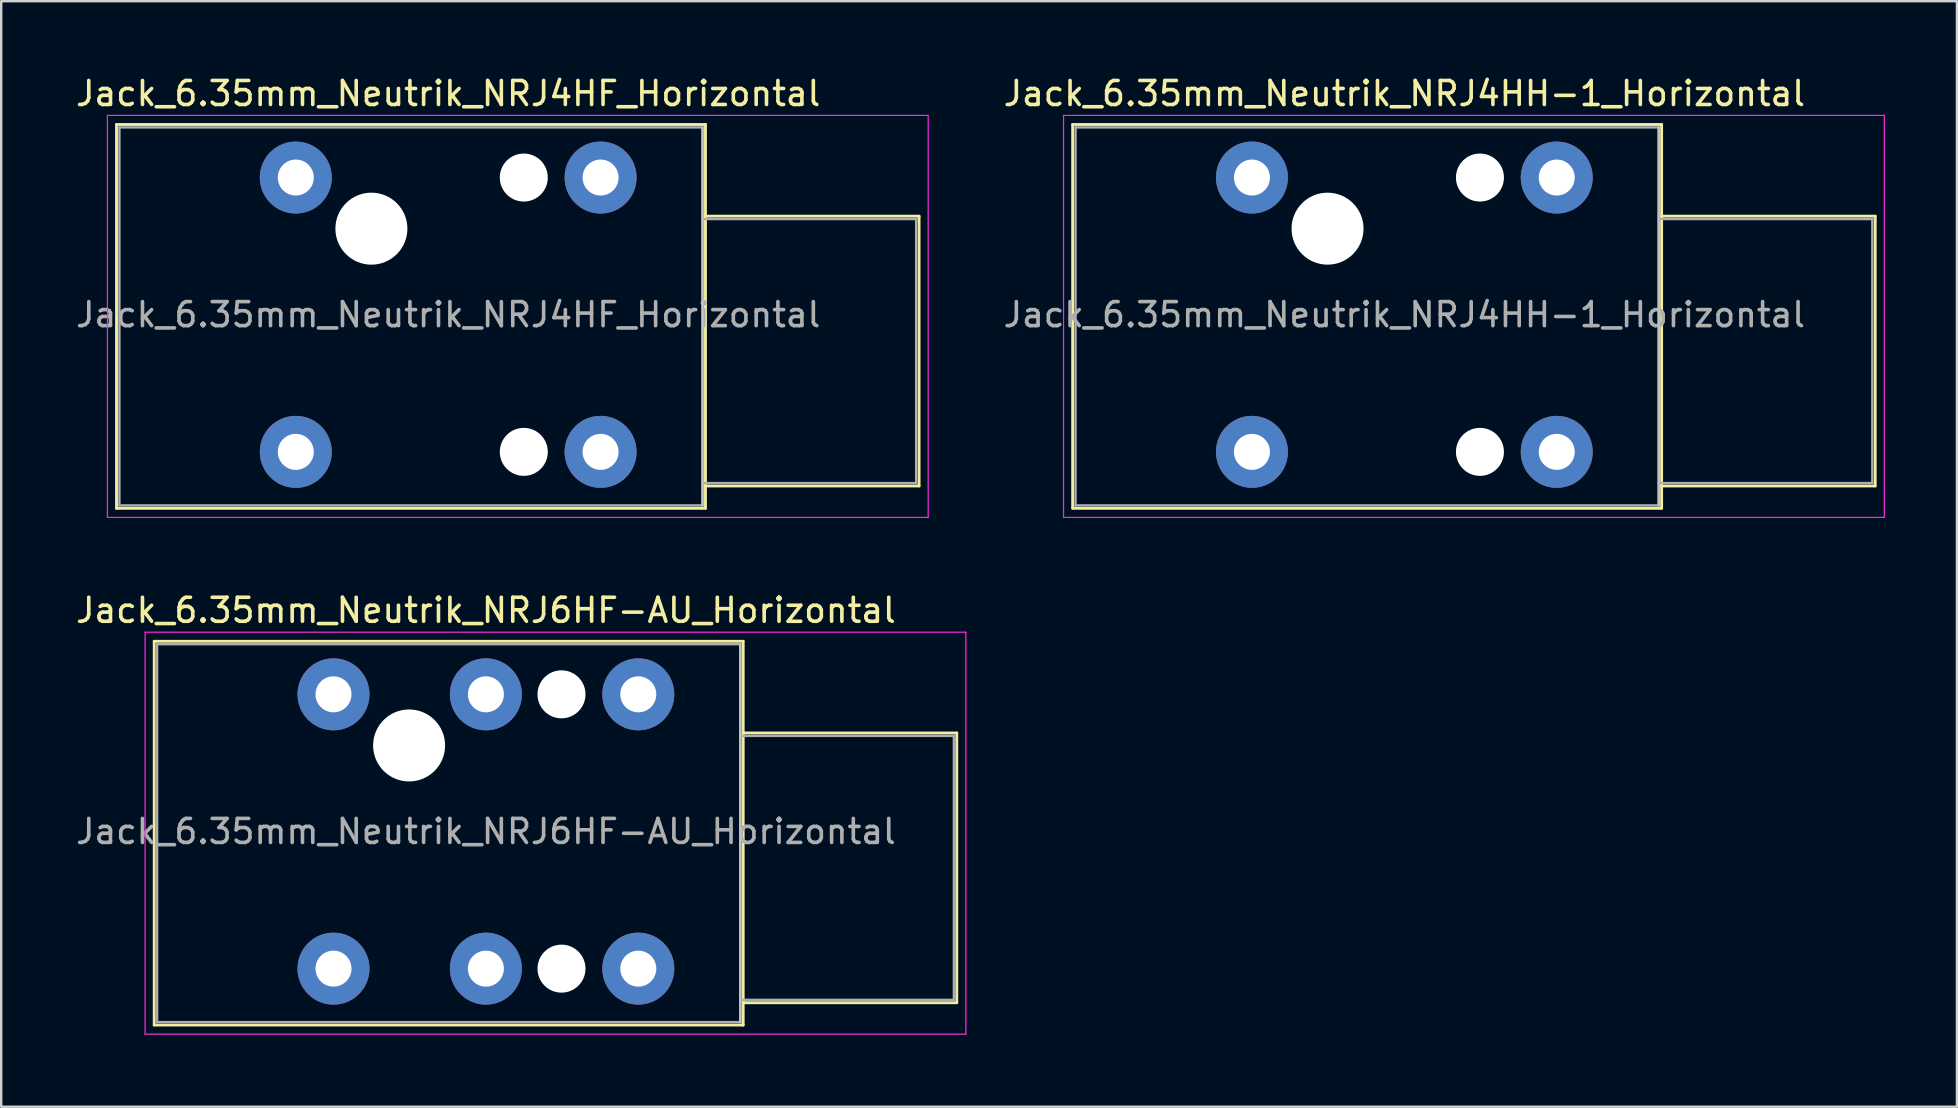
<source format=kicad_pcb>
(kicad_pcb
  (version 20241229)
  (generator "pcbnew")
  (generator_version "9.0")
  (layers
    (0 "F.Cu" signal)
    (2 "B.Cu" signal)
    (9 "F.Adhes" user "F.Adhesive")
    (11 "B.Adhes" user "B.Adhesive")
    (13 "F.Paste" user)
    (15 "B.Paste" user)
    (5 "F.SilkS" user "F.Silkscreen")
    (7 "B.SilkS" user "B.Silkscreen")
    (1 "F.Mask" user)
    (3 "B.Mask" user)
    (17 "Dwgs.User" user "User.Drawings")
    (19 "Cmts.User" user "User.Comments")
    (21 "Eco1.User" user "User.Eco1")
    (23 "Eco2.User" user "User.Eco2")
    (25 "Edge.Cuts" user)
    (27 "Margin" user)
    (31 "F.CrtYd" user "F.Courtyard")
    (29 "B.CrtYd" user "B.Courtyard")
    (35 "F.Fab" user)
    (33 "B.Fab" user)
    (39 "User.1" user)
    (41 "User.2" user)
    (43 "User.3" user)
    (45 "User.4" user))
  (footprint "Jack_6.35mm_Neutrik_NRJ4HF_Horizontal"
    (layer "F.Cu")
    (at 9.275 4.348)
    (property "Reference" "Jack_6.35mm_Neutrik_NRJ4HF_Horizontal" (at 6.35 -3.5 0) (layer "F.SilkS") (effects (font (size 1 1) (thickness 0.15))))
    (attr through_hole)
    (fp_line (start -7.47 -2.21) (end 17.07 -2.21) (stroke (width 0.12) (type solid)) (layer "F.SilkS"))
    (fp_line (start -7.47 13.78) (end -7.47 -2.21) (stroke (width 0.12) (type solid)) (layer "F.SilkS"))
    (fp_line (start -7.47 13.78) (end 17.07 13.78) (stroke (width 0.12) (type solid)) (layer "F.SilkS"))
    (fp_line (start 17.07 -2.21) (end 17.07 13.78) (stroke (width 0.12) (type solid)) (layer "F.SilkS"))
    (fp_line (start 25.97 1.61) (end 17.07 1.61) (stroke (width 0.12) (type solid)) (layer "F.SilkS"))
    (fp_line (start 25.97 12.85) (end 17.07 12.85) (stroke (width 0.12) (type solid)) (layer "F.SilkS"))
    (fp_line (start 25.97 12.85) (end 25.97 1.61) (stroke (width 0.12) (type solid)) (layer "F.SilkS"))
    (fp_line (start 16.95 -2.09) (end 16.95 13.66) (stroke (width 0.1) (type solid)) (layer "Dwgs.User"))
    (fp_line (start -7.85 14.16) (end -7.85 -2.59) (stroke (width 0.05) (type solid)) (layer "F.CrtYd"))
    (fp_line (start -7.85 14.16) (end 26.35 14.16) (stroke (width 0.05) (type solid)) (layer "F.CrtYd"))
    (fp_line (start 26.35 -2.59) (end -7.85 -2.59) (stroke (width 0.05) (type solid)) (layer "F.CrtYd"))
    (fp_line (start 26.35 14.16) (end 26.35 -2.59) (stroke (width 0.05) (type solid)) (layer "F.CrtYd"))
    (fp_line (start -7.35 -2.09) (end 16.95 -2.09) (stroke (width 0.1) (type solid)) (layer "F.Fab"))
    (fp_line (start -7.35 13.66) (end -7.35 -2.09) (stroke (width 0.1) (type solid)) (layer "F.Fab"))
    (fp_line (start 16.95 -2.09) (end 16.95 13.66) (stroke (width 0.1) (type solid)) (layer "F.Fab"))
    (fp_line (start 16.95 12.73) (end 25.85 12.73) (stroke (width 0.1) (type solid)) (layer "F.Fab"))
    (fp_line (start 16.95 13.66) (end -7.35 13.66) (stroke (width 0.1) (type solid)) (layer "F.Fab"))
    (fp_line (start 25.85 1.73) (end 16.95 1.73) (stroke (width 0.1) (type solid)) (layer "F.Fab"))
    (fp_line (start 25.85 12.73) (end 25.85 1.73) (stroke (width 0.1) (type solid)) (layer "F.Fab"))
    (fp_text user "${REFERENCE}" (at 6.35 5.715 0) (layer "F.Fab") (effects (font (size 1 1) (thickness 0.15))))
    (pad "" np_thru_hole circle (at 3.15 2.13) (size 3 3) (drill 3) (layers "*.Cu" "*.Mask"))
    (pad "" np_thru_hole circle (at 9.5 0) (size 2 2) (drill 2) (layers "*.Cu" "*.Mask"))
    (pad "" np_thru_hole circle (at 9.5 11.43) (size 2 2) (drill 2) (layers "*.Cu" "*.Mask"))
    (pad "S" thru_hole circle (at 12.7 0) (size 3 3) (drill 1.5) (layers "*.Cu" "*.Mask"))
    (pad "SN" thru_hole circle (at 12.7 11.43) (size 3 3) (drill 1.5) (layers "*.Cu" "*.Mask"))
    (pad "T" thru_hole circle (at 0 0) (size 3 3) (drill 1.5) (layers "*.Cu" "*.Mask"))
    (pad "TN" thru_hole circle (at 0 11.43) (size 3 3) (drill 1.5) (layers "*.Cu" "*.Mask")))
  (footprint "Jack_6.35mm_Neutrik_NRJ4HH-1_Horizontal"
    (layer "F.Cu")
    (at 49.115 4.348)
    (property "Reference" "Jack_6.35mm_Neutrik_NRJ4HH-1_Horizontal" (at 6.35 -3.5 0) (layer "F.SilkS") (effects (font (size 1 1) (thickness 0.15))))
    (attr through_hole)
    (fp_line (start -7.47 -2.21) (end 17.07 -2.21) (stroke (width 0.12) (type solid)) (layer "F.SilkS"))
    (fp_line (start -7.47 13.78) (end -7.47 -2.21) (stroke (width 0.12) (type solid)) (layer "F.SilkS"))
    (fp_line (start -7.47 13.78) (end 17.07 13.78) (stroke (width 0.12) (type solid)) (layer "F.SilkS"))
    (fp_line (start 17.07 -2.21) (end 17.07 13.78) (stroke (width 0.12) (type solid)) (layer "F.SilkS"))
    (fp_line (start 25.97 1.61) (end 17.07 1.61) (stroke (width 0.12) (type solid)) (layer "F.SilkS"))
    (fp_line (start 25.97 12.85) (end 17.07 12.85) (stroke (width 0.12) (type solid)) (layer "F.SilkS"))
    (fp_line (start 25.97 12.85) (end 25.97 1.61) (stroke (width 0.12) (type solid)) (layer "F.SilkS"))
    (fp_line (start 16.95 -2.09) (end 16.95 13.66) (stroke (width 0.1) (type solid)) (layer "Dwgs.User"))
    (fp_line (start -7.85 14.16) (end -7.85 -2.59) (stroke (width 0.05) (type solid)) (layer "F.CrtYd"))
    (fp_line (start -7.85 14.16) (end 26.35 14.16) (stroke (width 0.05) (type solid)) (layer "F.CrtYd"))
    (fp_line (start 26.35 -2.59) (end -7.85 -2.59) (stroke (width 0.05) (type solid)) (layer "F.CrtYd"))
    (fp_line (start 26.35 14.16) (end 26.35 -2.59) (stroke (width 0.05) (type solid)) (layer "F.CrtYd"))
    (fp_line (start -7.35 -2.09) (end 16.95 -2.09) (stroke (width 0.1) (type solid)) (layer "F.Fab"))
    (fp_line (start -7.35 13.66) (end -7.35 -2.09) (stroke (width 0.1) (type solid)) (layer "F.Fab"))
    (fp_line (start 16.95 -2.09) (end 16.95 13.66) (stroke (width 0.1) (type solid)) (layer "F.Fab"))
    (fp_line (start 16.95 12.73) (end 25.85 12.73) (stroke (width 0.1) (type solid)) (layer "F.Fab"))
    (fp_line (start 16.95 13.66) (end -7.35 13.66) (stroke (width 0.1) (type solid)) (layer "F.Fab"))
    (fp_line (start 25.85 1.73) (end 16.95 1.73) (stroke (width 0.1) (type solid)) (layer "F.Fab"))
    (fp_line (start 25.85 12.73) (end 25.85 1.73) (stroke (width 0.1) (type solid)) (layer "F.Fab"))
    (fp_text user "${REFERENCE}" (at 6.35 5.715 0) (layer "F.Fab") (effects (font (size 1 1) (thickness 0.15))))
    (pad "" np_thru_hole circle (at 3.15 2.13) (size 3 3) (drill 3) (layers "*.Cu" "*.Mask"))
    (pad "" np_thru_hole circle (at 9.5 0) (size 2 2) (drill 2) (layers "*.Cu" "*.Mask"))
    (pad "" np_thru_hole circle (at 9.5 11.43) (size 2 2) (drill 2) (layers "*.Cu" "*.Mask"))
    (pad "G" thru_hole circle (at 12.7 11.43) (size 3 3) (drill 1.5) (layers "*.Cu" "*.Mask"))
    (pad "S" thru_hole circle (at 12.7 0) (size 3 3) (drill 1.5) (layers "*.Cu" "*.Mask"))
    (pad "T" thru_hole circle (at 0 0) (size 3 3) (drill 1.5) (layers "*.Cu" "*.Mask"))
    (pad "TN" thru_hole circle (at 0 11.43) (size 3 3) (drill 1.5) (layers "*.Cu" "*.Mask")))
  (footprint "Jack_6.35mm_Neutrik_NRJ6HF-AU_Horizontal"
    (layer "F.Cu")
    (at 10.846 25.881)
    (property "Reference" "Jack_6.35mm_Neutrik_NRJ6HF-AU_Horizontal" (at 6.35 -3.5 0) (layer "F.SilkS") (effects (font (size 1 1) (thickness 0.15))))
    (attr through_hole)
    (fp_line (start -7.47 -2.21) (end 17.07 -2.21) (stroke (width 0.12) (type solid)) (layer "F.SilkS"))
    (fp_line (start -7.47 13.78) (end -7.47 -2.21) (stroke (width 0.12) (type solid)) (layer "F.SilkS"))
    (fp_line (start -7.47 13.78) (end 17.07 13.78) (stroke (width 0.12) (type solid)) (layer "F.SilkS"))
    (fp_line (start 17.07 -2.21) (end 17.07 13.78) (stroke (width 0.12) (type solid)) (layer "F.SilkS"))
    (fp_line (start 25.97 1.61) (end 17.07 1.61) (stroke (width 0.12) (type solid)) (layer "F.SilkS"))
    (fp_line (start 25.97 12.85) (end 17.07 12.85) (stroke (width 0.12) (type solid)) (layer "F.SilkS"))
    (fp_line (start 25.97 12.85) (end 25.97 1.61) (stroke (width 0.12) (type solid)) (layer "F.SilkS"))
    (fp_line (start 16.95 -2.09) (end 16.95 13.66) (stroke (width 0.1) (type solid)) (layer "Dwgs.User"))
    (fp_line (start -7.85 14.16) (end -7.85 -2.59) (stroke (width 0.05) (type solid)) (layer "F.CrtYd"))
    (fp_line (start -7.85 14.16) (end 26.35 14.16) (stroke (width 0.05) (type solid)) (layer "F.CrtYd"))
    (fp_line (start 26.35 -2.59) (end -7.85 -2.59) (stroke (width 0.05) (type solid)) (layer "F.CrtYd"))
    (fp_line (start 26.35 14.16) (end 26.35 -2.59) (stroke (width 0.05) (type solid)) (layer "F.CrtYd"))
    (fp_line (start -7.35 -2.09) (end 16.95 -2.09) (stroke (width 0.1) (type solid)) (layer "F.Fab"))
    (fp_line (start -7.35 13.66) (end -7.35 -2.09) (stroke (width 0.1) (type solid)) (layer "F.Fab"))
    (fp_line (start 16.95 -2.09) (end 16.95 13.66) (stroke (width 0.1) (type solid)) (layer "F.Fab"))
    (fp_line (start 16.95 12.73) (end 25.85 12.73) (stroke (width 0.1) (type solid)) (layer "F.Fab"))
    (fp_line (start 16.95 13.66) (end -7.35 13.66) (stroke (width 0.1) (type solid)) (layer "F.Fab"))
    (fp_line (start 25.85 1.73) (end 16.95 1.73) (stroke (width 0.1) (type solid)) (layer "F.Fab"))
    (fp_line (start 25.85 12.73) (end 25.85 1.73) (stroke (width 0.1) (type solid)) (layer "F.Fab"))
    (fp_text user "${REFERENCE}" (at 6.35 5.715 0) (layer "F.Fab") (effects (font (size 1 1) (thickness 0.15))))
    (pad "" np_thru_hole circle (at 3.15 2.13) (size 3 3) (drill 3) (layers "*.Cu" "*.Mask"))
    (pad "" np_thru_hole circle (at 9.5 0) (size 2 2) (drill 2) (layers "*.Cu" "*.Mask"))
    (pad "" np_thru_hole circle (at 9.5 11.43) (size 2 2) (drill 2) (layers "*.Cu" "*.Mask"))
    (pad "R" thru_hole circle (at 6.35 0) (size 3 3) (drill 1.5) (layers "*.Cu" "*.Mask"))
    (pad "RN" thru_hole circle (at 6.35 11.43) (size 3 3) (drill 1.5) (layers "*.Cu" "*.Mask"))
    (pad "S" thru_hole circle (at 12.7 0) (size 3 3) (drill 1.5) (layers "*.Cu" "*.Mask"))
    (pad "SN" thru_hole circle (at 12.7 11.43) (size 3 3) (drill 1.5) (layers "*.Cu" "*.Mask"))
    (pad "T" thru_hole circle (at 0 0) (size 3 3) (drill 1.5) (layers "*.Cu" "*.Mask"))
    (pad "TN" thru_hole circle (at 0 11.43) (size 3 3) (drill 1.5) (layers "*.Cu" "*.Mask")))
  (gr_rect
    (start -3 -3)
    (end 78.49 43.066)
    (stroke (width 0.1) (type default))
    (fill no)
    (layer "Edge.Cuts")))
</source>
